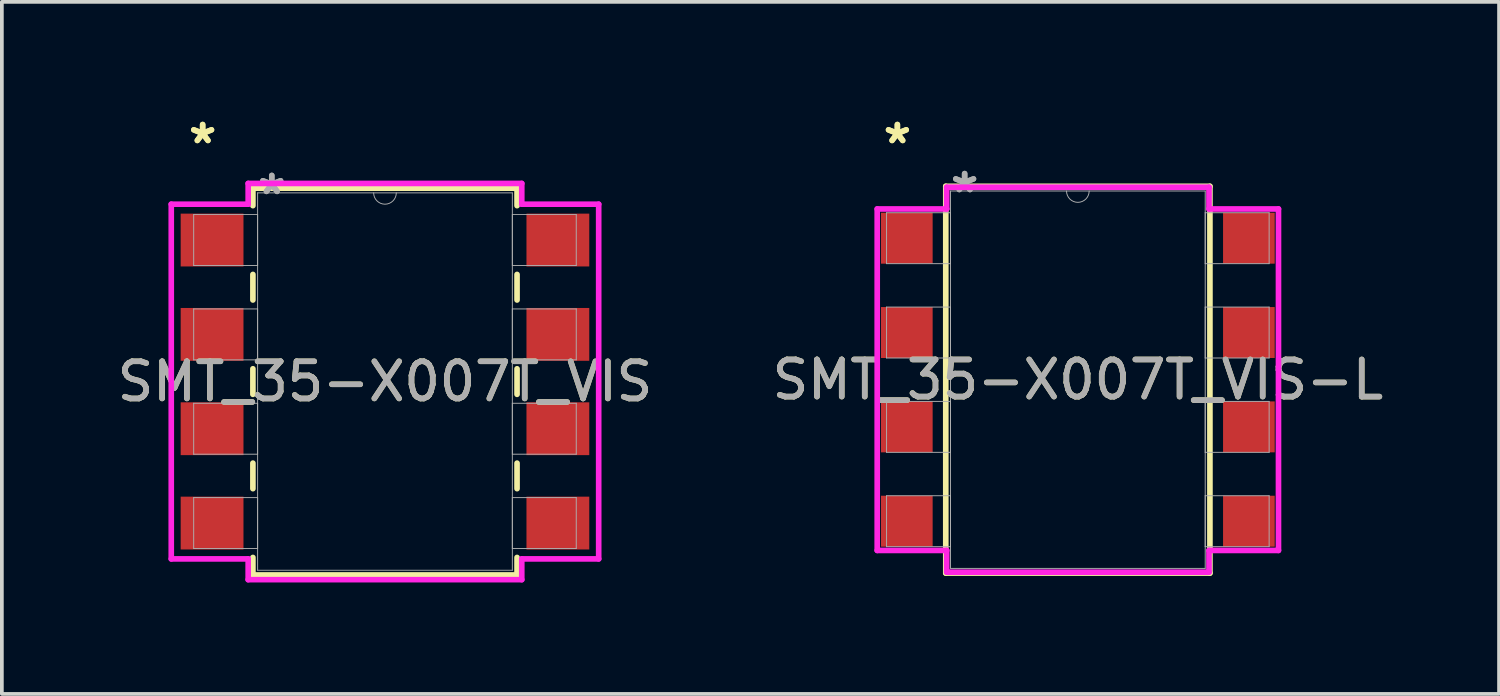
<source format=kicad_pcb>
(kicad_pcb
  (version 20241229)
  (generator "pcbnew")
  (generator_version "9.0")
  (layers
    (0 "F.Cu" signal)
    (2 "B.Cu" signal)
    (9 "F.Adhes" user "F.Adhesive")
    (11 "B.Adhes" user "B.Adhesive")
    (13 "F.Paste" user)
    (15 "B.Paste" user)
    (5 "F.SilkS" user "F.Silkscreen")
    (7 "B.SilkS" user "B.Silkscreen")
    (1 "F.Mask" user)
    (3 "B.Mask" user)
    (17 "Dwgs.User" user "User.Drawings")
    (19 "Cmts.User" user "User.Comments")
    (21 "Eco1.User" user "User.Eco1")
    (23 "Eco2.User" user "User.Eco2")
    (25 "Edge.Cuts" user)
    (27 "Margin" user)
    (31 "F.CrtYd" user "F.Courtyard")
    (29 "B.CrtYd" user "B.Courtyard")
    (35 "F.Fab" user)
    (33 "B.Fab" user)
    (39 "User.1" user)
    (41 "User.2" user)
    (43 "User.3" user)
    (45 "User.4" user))
  (footprint "SMT_35-X007T_VIS"
    (layer "F.Cu")
    (at 7.315 7.223)
    (property "Reference" "SMT_35-X007T_VIS" (at 0 0 0) (unlocked yes) (layer "F.SilkS") (effects (font (size 1 1) (thickness 0.15))))
    (attr smd)
    (fp_line (start -3.556 -5.207) (end -3.556 -4.736) (stroke (width 0.152) (type solid)) (layer "F.SilkS"))
    (fp_line (start -3.556 -2.884) (end -3.556 -2.196) (stroke (width 0.152) (type solid)) (layer "F.SilkS"))
    (fp_line (start -3.556 -0.344) (end -3.556 0.344) (stroke (width 0.152) (type solid)) (layer "F.SilkS"))
    (fp_line (start -3.556 2.196) (end -3.556 2.884) (stroke (width 0.152) (type solid)) (layer "F.SilkS"))
    (fp_line (start -3.556 4.736) (end -3.556 5.207) (stroke (width 0.152) (type solid)) (layer "F.SilkS"))
    (fp_line (start -3.556 5.207) (end 3.556 5.207) (stroke (width 0.152) (type solid)) (layer "F.SilkS"))
    (fp_line (start 3.556 -5.207) (end -3.556 -5.207) (stroke (width 0.152) (type solid)) (layer "F.SilkS"))
    (fp_line (start 3.556 -4.736) (end 3.556 -5.207) (stroke (width 0.152) (type solid)) (layer "F.SilkS"))
    (fp_line (start 3.556 -2.196) (end 3.556 -2.884) (stroke (width 0.152) (type solid)) (layer "F.SilkS"))
    (fp_line (start 3.556 0.344) (end 3.556 -0.344) (stroke (width 0.152) (type solid)) (layer "F.SilkS"))
    (fp_line (start 3.556 2.884) (end 3.556 2.196) (stroke (width 0.152) (type solid)) (layer "F.SilkS"))
    (fp_line (start 3.556 5.207) (end 3.556 4.736) (stroke (width 0.152) (type solid)) (layer "F.SilkS"))
    (fp_line (start -5.754 -4.775) (end -3.683 -4.775) (stroke (width 0.152) (type solid)) (layer "F.CrtYd"))
    (fp_line (start -5.754 4.775) (end -5.754 -4.775) (stroke (width 0.152) (type solid)) (layer "F.CrtYd"))
    (fp_line (start -5.754 4.775) (end -3.683 4.775) (stroke (width 0.152) (type solid)) (layer "F.CrtYd"))
    (fp_line (start -3.683 -5.334) (end 3.683 -5.334) (stroke (width 0.152) (type solid)) (layer "F.CrtYd"))
    (fp_line (start -3.683 -4.775) (end -3.683 -5.334) (stroke (width 0.152) (type solid)) (layer "F.CrtYd"))
    (fp_line (start -3.683 5.334) (end -3.683 4.775) (stroke (width 0.152) (type solid)) (layer "F.CrtYd"))
    (fp_line (start 3.683 -5.334) (end 3.683 -4.775) (stroke (width 0.152) (type solid)) (layer "F.CrtYd"))
    (fp_line (start 3.683 4.775) (end 3.683 5.334) (stroke (width 0.152) (type solid)) (layer "F.CrtYd"))
    (fp_line (start 3.683 5.334) (end -3.683 5.334) (stroke (width 0.152) (type solid)) (layer "F.CrtYd"))
    (fp_line (start 5.754 -4.775) (end 3.683 -4.775) (stroke (width 0.152) (type solid)) (layer "F.CrtYd"))
    (fp_line (start 5.754 -4.775) (end 5.754 4.775) (stroke (width 0.152) (type solid)) (layer "F.CrtYd"))
    (fp_line (start 5.754 4.775) (end 3.683 4.775) (stroke (width 0.152) (type solid)) (layer "F.CrtYd"))
    (fp_line (start -5.15 -4.496) (end -5.15 -3.124) (stroke (width 0.025) (type solid)) (layer "F.Fab"))
    (fp_line (start -5.15 -3.124) (end -3.429 -3.124) (stroke (width 0.025) (type solid)) (layer "F.Fab"))
    (fp_line (start -5.15 -1.956) (end -5.15 -0.584) (stroke (width 0.025) (type solid)) (layer "F.Fab"))
    (fp_line (start -5.15 -0.584) (end -3.429 -0.584) (stroke (width 0.025) (type solid)) (layer "F.Fab"))
    (fp_line (start -5.15 0.584) (end -5.15 1.956) (stroke (width 0.025) (type solid)) (layer "F.Fab"))
    (fp_line (start -5.15 1.956) (end -3.429 1.956) (stroke (width 0.025) (type solid)) (layer "F.Fab"))
    (fp_line (start -5.15 3.124) (end -5.15 4.496) (stroke (width 0.025) (type solid)) (layer "F.Fab"))
    (fp_line (start -5.15 4.496) (end -3.429 4.496) (stroke (width 0.025) (type solid)) (layer "F.Fab"))
    (fp_line (start -3.429 -5.08) (end -3.429 5.08) (stroke (width 0.025) (type solid)) (layer "F.Fab"))
    (fp_line (start -3.429 -4.496) (end -5.15 -4.496) (stroke (width 0.025) (type solid)) (layer "F.Fab"))
    (fp_line (start -3.429 -3.124) (end -3.429 -4.496) (stroke (width 0.025) (type solid)) (layer "F.Fab"))
    (fp_line (start -3.429 -1.956) (end -5.15 -1.956) (stroke (width 0.025) (type solid)) (layer "F.Fab"))
    (fp_line (start -3.429 -0.584) (end -3.429 -1.956) (stroke (width 0.025) (type solid)) (layer "F.Fab"))
    (fp_line (start -3.429 0.584) (end -5.15 0.584) (stroke (width 0.025) (type solid)) (layer "F.Fab"))
    (fp_line (start -3.429 1.956) (end -3.429 0.584) (stroke (width 0.025) (type solid)) (layer "F.Fab"))
    (fp_line (start -3.429 3.124) (end -5.15 3.124) (stroke (width 0.025) (type solid)) (layer "F.Fab"))
    (fp_line (start -3.429 4.496) (end -3.429 3.124) (stroke (width 0.025) (type solid)) (layer "F.Fab"))
    (fp_line (start -3.429 5.08) (end 3.429 5.08) (stroke (width 0.025) (type solid)) (layer "F.Fab"))
    (fp_line (start 3.429 -5.08) (end -3.429 -5.08) (stroke (width 0.025) (type solid)) (layer "F.Fab"))
    (fp_line (start 3.429 -4.496) (end 3.429 -3.124) (stroke (width 0.025) (type solid)) (layer "F.Fab"))
    (fp_line (start 3.429 -3.124) (end 5.15 -3.124) (stroke (width 0.025) (type solid)) (layer "F.Fab"))
    (fp_line (start 3.429 -1.956) (end 3.429 -0.584) (stroke (width 0.025) (type solid)) (layer "F.Fab"))
    (fp_line (start 3.429 -0.584) (end 5.15 -0.584) (stroke (width 0.025) (type solid)) (layer "F.Fab"))
    (fp_line (start 3.429 0.584) (end 3.429 1.956) (stroke (width 0.025) (type solid)) (layer "F.Fab"))
    (fp_line (start 3.429 1.956) (end 5.15 1.956) (stroke (width 0.025) (type solid)) (layer "F.Fab"))
    (fp_line (start 3.429 3.124) (end 3.429 4.496) (stroke (width 0.025) (type solid)) (layer "F.Fab"))
    (fp_line (start 3.429 4.496) (end 5.15 4.496) (stroke (width 0.025) (type solid)) (layer "F.Fab"))
    (fp_line (start 3.429 5.08) (end 3.429 -5.08) (stroke (width 0.025) (type solid)) (layer "F.Fab"))
    (fp_line (start 5.15 -4.496) (end 3.429 -4.496) (stroke (width 0.025) (type solid)) (layer "F.Fab"))
    (fp_line (start 5.15 -3.124) (end 5.15 -4.496) (stroke (width 0.025) (type solid)) (layer "F.Fab"))
    (fp_line (start 5.15 -1.956) (end 3.429 -1.956) (stroke (width 0.025) (type solid)) (layer "F.Fab"))
    (fp_line (start 5.15 -0.584) (end 5.15 -1.956) (stroke (width 0.025) (type solid)) (layer "F.Fab"))
    (fp_line (start 5.15 0.584) (end 3.429 0.584) (stroke (width 0.025) (type solid)) (layer "F.Fab"))
    (fp_line (start 5.15 1.956) (end 5.15 0.584) (stroke (width 0.025) (type solid)) (layer "F.Fab"))
    (fp_line (start 5.15 3.124) (end 3.429 3.124) (stroke (width 0.025) (type solid)) (layer "F.Fab"))
    (fp_line (start 5.15 4.496) (end 5.15 3.124) (stroke (width 0.025) (type solid)) (layer "F.Fab"))
    (fp_arc (start 0.3048 -5.08) (mid 0 -4.7752) (end -0.3048 -5.08) (stroke (width 0.0254) (type solid)) (layer "F.Fab"))
    (fp_text user "*" (at -4.909 -6.375 0) (layer "F.SilkS") (effects (font (size 1 1) (thickness 0.15))))
    (fp_text user "*" (at -4.909 -6.375 0) (unlocked yes) (layer "F.SilkS") (effects (font (size 1 1) (thickness 0.15))))
    (fp_text user "${REFERENCE}" (at 0 0 0) (unlocked yes) (layer "F.Fab") (effects (font (size 1 1) (thickness 0.15))))
    (fp_text user "*" (at -3.048 -5.004 0) (layer "F.Fab") (effects (font (size 1 1) (thickness 0.15))))
    (fp_text user "*" (at -3.048 -5.004 0) (unlocked yes) (layer "F.Fab") (effects (font (size 1 1) (thickness 0.15))))
    (pad "1" smd rect (at -4.655 -3.81) (size 1.691 1.422) (layers "F.Cu" "F.Mask" "F.Paste"))
    (pad "2" smd rect (at -4.655 -1.27) (size 1.691 1.422) (layers "F.Cu" "F.Mask" "F.Paste"))
    (pad "3" smd rect (at -4.655 1.27) (size 1.691 1.422) (layers "F.Cu" "F.Mask" "F.Paste"))
    (pad "4" smd rect (at -4.655 3.81) (size 1.691 1.422) (layers "F.Cu" "F.Mask" "F.Paste"))
    (pad "5" smd rect (at 4.655 3.81) (size 1.691 1.422) (layers "F.Cu" "F.Mask" "F.Paste"))
    (pad "6" smd rect (at 4.655 1.27) (size 1.691 1.422) (layers "F.Cu" "F.Mask" "F.Paste"))
    (pad "7" smd rect (at 4.655 -1.27) (size 1.691 1.422) (layers "F.Cu" "F.Mask" "F.Paste"))
    (pad "8" smd rect (at 4.655 -3.81) (size 1.691 1.422) (layers "F.Cu" "F.Mask" "F.Paste")))
  (footprint "SMT_35-X007T_VIS-L"
    (layer "F.Cu")
    (at 25.97 7.173)
    (property "Reference" "SMT_35-X007T_VIS-L" (at 0 0 0) (unlocked yes) (layer "F.SilkS") (effects (font (size 1 1) (thickness 0.15))))
    (attr smd)
    (fp_line (start -3.556 -5.207) (end -3.556 5.207) (stroke (width 0.152) (type solid)) (layer "F.SilkS"))
    (fp_line (start -3.556 5.207) (end 3.556 5.207) (stroke (width 0.152) (type solid)) (layer "F.SilkS"))
    (fp_line (start 3.556 -5.207) (end -3.556 -5.207) (stroke (width 0.152) (type solid)) (layer "F.SilkS"))
    (fp_line (start 3.556 5.207) (end 3.556 -5.207) (stroke (width 0.152) (type solid)) (layer "F.SilkS"))
    (fp_line (start -5.402 -4.597) (end -3.531 -4.597) (stroke (width 0.152) (type solid)) (layer "F.CrtYd"))
    (fp_line (start -5.402 4.597) (end -5.402 -4.597) (stroke (width 0.152) (type solid)) (layer "F.CrtYd"))
    (fp_line (start -5.402 4.597) (end -3.531 4.597) (stroke (width 0.152) (type solid)) (layer "F.CrtYd"))
    (fp_line (start -3.531 -5.182) (end 3.531 -5.182) (stroke (width 0.152) (type solid)) (layer "F.CrtYd"))
    (fp_line (start -3.531 -4.597) (end -3.531 -5.182) (stroke (width 0.152) (type solid)) (layer "F.CrtYd"))
    (fp_line (start -3.531 5.182) (end -3.531 4.597) (stroke (width 0.152) (type solid)) (layer "F.CrtYd"))
    (fp_line (start 3.531 -5.182) (end 3.531 -4.597) (stroke (width 0.152) (type solid)) (layer "F.CrtYd"))
    (fp_line (start 3.531 4.597) (end 3.531 5.182) (stroke (width 0.152) (type solid)) (layer "F.CrtYd"))
    (fp_line (start 3.531 5.182) (end -3.531 5.182) (stroke (width 0.152) (type solid)) (layer "F.CrtYd"))
    (fp_line (start 5.402 -4.597) (end 3.531 -4.597) (stroke (width 0.152) (type solid)) (layer "F.CrtYd"))
    (fp_line (start 5.402 -4.597) (end 5.402 4.597) (stroke (width 0.152) (type solid)) (layer "F.CrtYd"))
    (fp_line (start 5.402 4.597) (end 3.531 4.597) (stroke (width 0.152) (type solid)) (layer "F.CrtYd"))
    (fp_line (start -5.15 -4.496) (end -5.15 -3.124) (stroke (width 0.025) (type solid)) (layer "F.Fab"))
    (fp_line (start -5.15 -3.124) (end -3.429 -3.124) (stroke (width 0.025) (type solid)) (layer "F.Fab"))
    (fp_line (start -5.15 -1.956) (end -5.15 -0.584) (stroke (width 0.025) (type solid)) (layer "F.Fab"))
    (fp_line (start -5.15 -0.584) (end -3.429 -0.584) (stroke (width 0.025) (type solid)) (layer "F.Fab"))
    (fp_line (start -5.15 0.584) (end -5.15 1.956) (stroke (width 0.025) (type solid)) (layer "F.Fab"))
    (fp_line (start -5.15 1.956) (end -3.429 1.956) (stroke (width 0.025) (type solid)) (layer "F.Fab"))
    (fp_line (start -5.15 3.124) (end -5.15 4.496) (stroke (width 0.025) (type solid)) (layer "F.Fab"))
    (fp_line (start -5.15 4.496) (end -3.429 4.496) (stroke (width 0.025) (type solid)) (layer "F.Fab"))
    (fp_line (start -3.429 -5.08) (end -3.429 5.08) (stroke (width 0.025) (type solid)) (layer "F.Fab"))
    (fp_line (start -3.429 -4.496) (end -5.15 -4.496) (stroke (width 0.025) (type solid)) (layer "F.Fab"))
    (fp_line (start -3.429 -3.124) (end -3.429 -4.496) (stroke (width 0.025) (type solid)) (layer "F.Fab"))
    (fp_line (start -3.429 -1.956) (end -5.15 -1.956) (stroke (width 0.025) (type solid)) (layer "F.Fab"))
    (fp_line (start -3.429 -0.584) (end -3.429 -1.956) (stroke (width 0.025) (type solid)) (layer "F.Fab"))
    (fp_line (start -3.429 0.584) (end -5.15 0.584) (stroke (width 0.025) (type solid)) (layer "F.Fab"))
    (fp_line (start -3.429 1.956) (end -3.429 0.584) (stroke (width 0.025) (type solid)) (layer "F.Fab"))
    (fp_line (start -3.429 3.124) (end -5.15 3.124) (stroke (width 0.025) (type solid)) (layer "F.Fab"))
    (fp_line (start -3.429 4.496) (end -3.429 3.124) (stroke (width 0.025) (type solid)) (layer "F.Fab"))
    (fp_line (start -3.429 5.08) (end 3.429 5.08) (stroke (width 0.025) (type solid)) (layer "F.Fab"))
    (fp_line (start 3.429 -5.08) (end -3.429 -5.08) (stroke (width 0.025) (type solid)) (layer "F.Fab"))
    (fp_line (start 3.429 -4.496) (end 3.429 -3.124) (stroke (width 0.025) (type solid)) (layer "F.Fab"))
    (fp_line (start 3.429 -3.124) (end 5.15 -3.124) (stroke (width 0.025) (type solid)) (layer "F.Fab"))
    (fp_line (start 3.429 -1.956) (end 3.429 -0.584) (stroke (width 0.025) (type solid)) (layer "F.Fab"))
    (fp_line (start 3.429 -0.584) (end 5.15 -0.584) (stroke (width 0.025) (type solid)) (layer "F.Fab"))
    (fp_line (start 3.429 0.584) (end 3.429 1.956) (stroke (width 0.025) (type solid)) (layer "F.Fab"))
    (fp_line (start 3.429 1.956) (end 5.15 1.956) (stroke (width 0.025) (type solid)) (layer "F.Fab"))
    (fp_line (start 3.429 3.124) (end 3.429 4.496) (stroke (width 0.025) (type solid)) (layer "F.Fab"))
    (fp_line (start 3.429 4.496) (end 5.15 4.496) (stroke (width 0.025) (type solid)) (layer "F.Fab"))
    (fp_line (start 3.429 5.08) (end 3.429 -5.08) (stroke (width 0.025) (type solid)) (layer "F.Fab"))
    (fp_line (start 5.15 -4.496) (end 3.429 -4.496) (stroke (width 0.025) (type solid)) (layer "F.Fab"))
    (fp_line (start 5.15 -3.124) (end 5.15 -4.496) (stroke (width 0.025) (type solid)) (layer "F.Fab"))
    (fp_line (start 5.15 -1.956) (end 3.429 -1.956) (stroke (width 0.025) (type solid)) (layer "F.Fab"))
    (fp_line (start 5.15 -0.584) (end 5.15 -1.956) (stroke (width 0.025) (type solid)) (layer "F.Fab"))
    (fp_line (start 5.15 0.584) (end 3.429 0.584) (stroke (width 0.025) (type solid)) (layer "F.Fab"))
    (fp_line (start 5.15 1.956) (end 5.15 0.584) (stroke (width 0.025) (type solid)) (layer "F.Fab"))
    (fp_line (start 5.15 3.124) (end 3.429 3.124) (stroke (width 0.025) (type solid)) (layer "F.Fab"))
    (fp_line (start 5.15 4.496) (end 5.15 3.124) (stroke (width 0.025) (type solid)) (layer "F.Fab"))
    (fp_arc (start 0.3048 -5.08) (mid 0 -4.7752) (end -0.3048 -5.08) (stroke (width 0.0254) (type solid)) (layer "F.Fab"))
    (fp_text user "*" (at -4.859 -6.325 0) (layer "F.SilkS") (effects (font (size 1 1) (thickness 0.15))))
    (fp_text user "*" (at -4.859 -6.325 0) (unlocked yes) (layer "F.SilkS") (effects (font (size 1 1) (thickness 0.15))))
    (fp_text user "*" (at -3.048 -5.004 0) (layer "F.Fab") (effects (font (size 1 1) (thickness 0.15))))
    (fp_text user "*" (at -3.048 -5.004 0) (unlocked yes) (layer "F.Fab") (effects (font (size 1 1) (thickness 0.15))))
    (fp_text user "${REFERENCE}" (at 0 0 0) (unlocked yes) (layer "F.Fab") (effects (font (size 1 1) (thickness 0.15))))
    (pad "1" smd rect (at -4.605 -3.81) (size 1.391 1.372) (layers "F.Cu" "F.Mask" "F.Paste"))
    (pad "2" smd rect (at -4.605 -1.27) (size 1.391 1.372) (layers "F.Cu" "F.Mask" "F.Paste"))
    (pad "3" smd rect (at -4.605 1.27) (size 1.391 1.372) (layers "F.Cu" "F.Mask" "F.Paste"))
    (pad "4" smd rect (at -4.605 3.81) (size 1.391 1.372) (layers "F.Cu" "F.Mask" "F.Paste"))
    (pad "5" smd rect (at 4.605 3.81) (size 1.391 1.372) (layers "F.Cu" "F.Mask" "F.Paste"))
    (pad "6" smd rect (at 4.605 1.27) (size 1.391 1.372) (layers "F.Cu" "F.Mask" "F.Paste"))
    (pad "7" smd rect (at 4.605 -1.27) (size 1.391 1.372) (layers "F.Cu" "F.Mask" "F.Paste"))
    (pad "8" smd rect (at 4.605 -3.81) (size 1.391 1.372) (layers "F.Cu" "F.Mask" "F.Paste")))
  (gr_rect
    (start -3 -3)
    (end 37.31 15.633)
    (stroke (width 0.1) (type default))
    (fill no)
    (layer "Edge.Cuts")))
</source>
